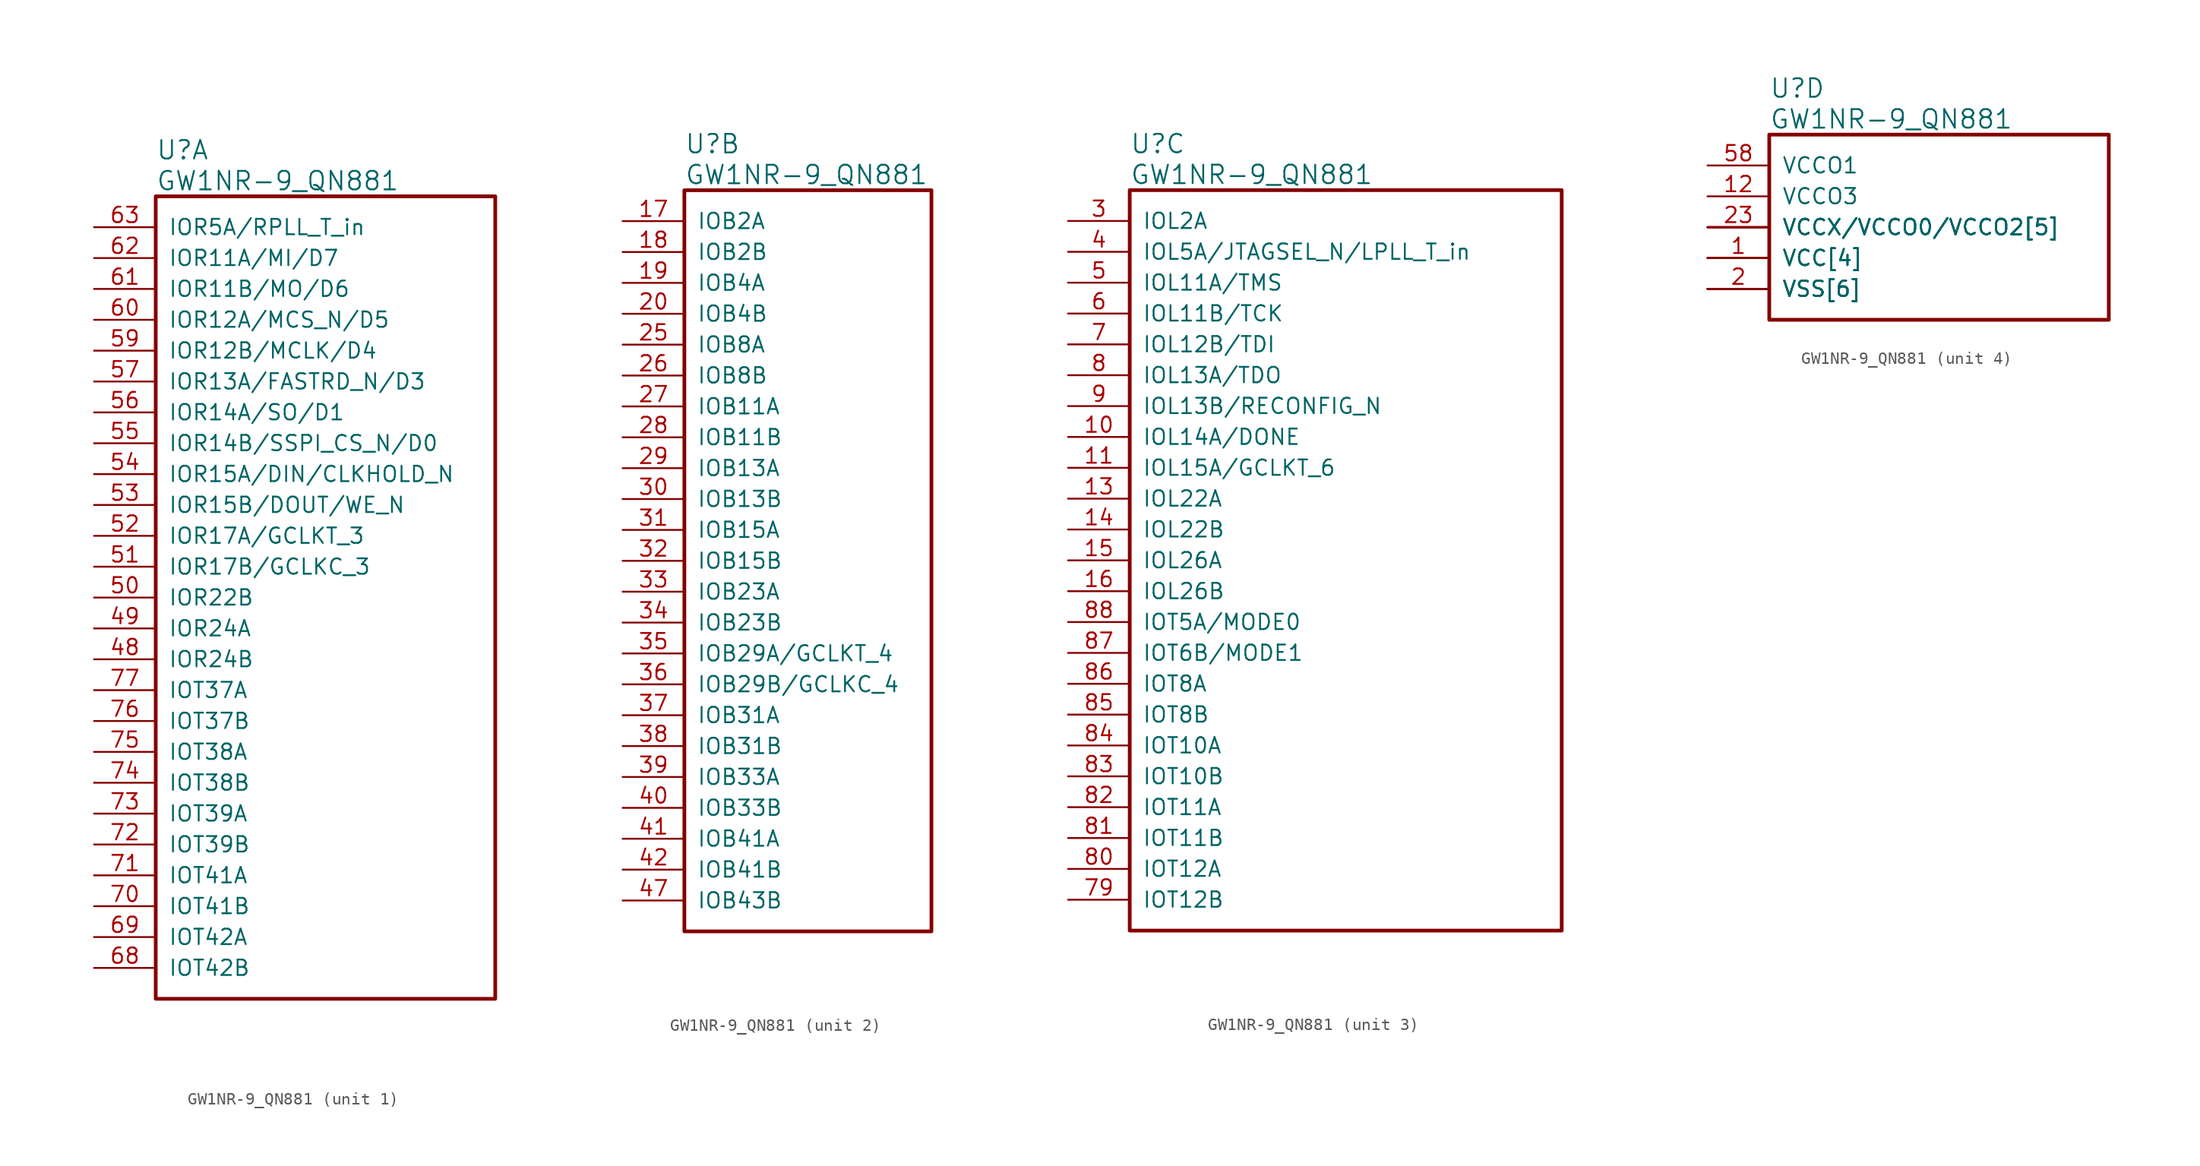
<source format=kicad_sym>
(kicad_symbol_lib
  (version 20211014)
  (generator kicad_symbol_editor)
  (symbol "GW1NR-9_QN881"
    (pin_names
      (offset 1.016))
    (property "Reference" "U"
      (at 5.08 6.35 0)
      (effects (font (size 1.524 1.524)) (justify left)))
    (property "Value" "GW1NR-9_QN881"
      (at 5.08 3.81 0)
      (effects (font (size 1.524 1.524)) (justify left)))
    (property "ki_locked" ""
      (at 0 0 0)
      (effects (font (size 1.27 1.27))))
    (symbol "GW1NR-9_QN881_1_1"
      (rectangle (start 5.08 2.54) (end 33.02 -63.5) (stroke (width 0.305) (type default) (color 0 0 0 0)) (fill (type none)))
      (pin bidirectional line (at 0 -35.56 0) (length 5.08) (name "IOR24B" (effects (font (size 1.27 1.27)))) (number "48" (effects (font (size 1.27 1.27)))))
      (pin bidirectional line (at 0 -33.02 0) (length 5.08) (name "IOR24A" (effects (font (size 1.27 1.27)))) (number "49" (effects (font (size 1.27 1.27)))))
      (pin bidirectional line (at 0 -30.48 0) (length 5.08) (name "IOR22B" (effects (font (size 1.27 1.27)))) (number "50" (effects (font (size 1.27 1.27)))))
      (pin bidirectional line (at 0 -27.94 0) (length 5.08) (name "IOR17B/GCLKC_3" (effects (font (size 1.27 1.27)))) (number "51" (effects (font (size 1.27 1.27)))))
      (pin bidirectional line (at 0 -25.4 0) (length 5.08) (name "IOR17A/GCLKT_3" (effects (font (size 1.27 1.27)))) (number "52" (effects (font (size 1.27 1.27)))))
      (pin bidirectional line (at 0 -22.86 0) (length 5.08) (name "IOR15B/DOUT/WE_N" (effects (font (size 1.27 1.27)))) (number "53" (effects (font (size 1.27 1.27)))))
      (pin bidirectional line (at 0 -20.32 0) (length 5.08) (name "IOR15A/DIN/CLKHOLD_N" (effects (font (size 1.27 1.27)))) (number "54" (effects (font (size 1.27 1.27)))))
      (pin bidirectional line (at 0 -17.78 0) (length 5.08) (name "IOR14B/SSPI_CS_N/D0" (effects (font (size 1.27 1.27)))) (number "55" (effects (font (size 1.27 1.27)))))
      (pin bidirectional line (at 0 -15.24 0) (length 5.08) (name "IOR14A/SO/D1" (effects (font (size 1.27 1.27)))) (number "56" (effects (font (size 1.27 1.27)))))
      (pin bidirectional line (at 0 -12.7 0) (length 5.08) (name "IOR13A/FASTRD_N/D3" (effects (font (size 1.27 1.27)))) (number "57" (effects (font (size 1.27 1.27)))))
      (pin bidirectional line (at 0 -10.16 0) (length 5.08) (name "IOR12B/MCLK/D4" (effects (font (size 1.27 1.27)))) (number "59" (effects (font (size 1.27 1.27)))))
      (pin bidirectional line (at 0 -7.62 0) (length 5.08) (name "IOR12A/MCS_N/D5" (effects (font (size 1.27 1.27)))) (number "60" (effects (font (size 1.27 1.27)))))
      (pin bidirectional line (at 0 -5.08 0) (length 5.08) (name "IOR11B/MO/D6" (effects (font (size 1.27 1.27)))) (number "61" (effects (font (size 1.27 1.27)))))
      (pin bidirectional line (at 0 -2.54 0) (length 5.08) (name "IOR11A/MI/D7" (effects (font (size 1.27 1.27)))) (number "62" (effects (font (size 1.27 1.27)))))
      (pin bidirectional line (at 0 0 0) (length 5.08) (name "IOR5A/RPLL_T_in" (effects (font (size 1.27 1.27)))) (number "63" (effects (font (size 1.27 1.27)))))
      (pin bidirectional line (at 0 -60.96 0) (length 5.08) (name "IOT42B" (effects (font (size 1.27 1.27)))) (number "68" (effects (font (size 1.27 1.27)))))
      (pin bidirectional line (at 0 -58.42 0) (length 5.08) (name "IOT42A" (effects (font (size 1.27 1.27)))) (number "69" (effects (font (size 1.27 1.27)))))
      (pin bidirectional line (at 0 -55.88 0) (length 5.08) (name "IOT41B" (effects (font (size 1.27 1.27)))) (number "70" (effects (font (size 1.27 1.27)))))
      (pin bidirectional line (at 0 -53.34 0) (length 5.08) (name "IOT41A" (effects (font (size 1.27 1.27)))) (number "71" (effects (font (size 1.27 1.27)))))
      (pin bidirectional line (at 0 -50.8 0) (length 5.08) (name "IOT39B" (effects (font (size 1.27 1.27)))) (number "72" (effects (font (size 1.27 1.27)))))
      (pin bidirectional line (at 0 -48.26 0) (length 5.08) (name "IOT39A" (effects (font (size 1.27 1.27)))) (number "73" (effects (font (size 1.27 1.27)))))
      (pin bidirectional line (at 0 -45.72 0) (length 5.08) (name "IOT38B" (effects (font (size 1.27 1.27)))) (number "74" (effects (font (size 1.27 1.27)))))
      (pin bidirectional line (at 0 -43.18 0) (length 5.08) (name "IOT38A" (effects (font (size 1.27 1.27)))) (number "75" (effects (font (size 1.27 1.27)))))
      (pin bidirectional line (at 0 -40.64 0) (length 5.08) (name "IOT37B" (effects (font (size 1.27 1.27)))) (number "76" (effects (font (size 1.27 1.27)))))
      (pin bidirectional line (at 0 -38.1 0) (length 5.08) (name "IOT37A" (effects (font (size 1.27 1.27)))) (number "77" (effects (font (size 1.27 1.27))))))
    (symbol "GW1NR-9_QN881_2_1"
      (rectangle (start 5.08 2.54) (end 25.4 -58.42) (stroke (width 0.305) (type default) (color 0 0 0 0)) (fill (type none)))
      (pin bidirectional line (at 0 0 0) (length 5.08) (name "IOB2A" (effects (font (size 1.27 1.27)))) (number "17" (effects (font (size 1.27 1.27)))))
      (pin bidirectional line (at 0 -2.54 0) (length 5.08) (name "IOB2B" (effects (font (size 1.27 1.27)))) (number "18" (effects (font (size 1.27 1.27)))))
      (pin bidirectional line (at 0 -5.08 0) (length 5.08) (name "IOB4A" (effects (font (size 1.27 1.27)))) (number "19" (effects (font (size 1.27 1.27)))))
      (pin bidirectional line (at 0 -7.62 0) (length 5.08) (name "IOB4B" (effects (font (size 1.27 1.27)))) (number "20" (effects (font (size 1.27 1.27)))))
      (pin bidirectional line (at 0 -10.16 0) (length 5.08) (name "IOB8A" (effects (font (size 1.27 1.27)))) (number "25" (effects (font (size 1.27 1.27)))))
      (pin bidirectional line (at 0 -12.7 0) (length 5.08) (name "IOB8B" (effects (font (size 1.27 1.27)))) (number "26" (effects (font (size 1.27 1.27)))))
      (pin bidirectional line (at 0 -15.24 0) (length 5.08) (name "IOB11A" (effects (font (size 1.27 1.27)))) (number "27" (effects (font (size 1.27 1.27)))))
      (pin bidirectional line (at 0 -17.78 0) (length 5.08) (name "IOB11B" (effects (font (size 1.27 1.27)))) (number "28" (effects (font (size 1.27 1.27)))))
      (pin bidirectional line (at 0 -20.32 0) (length 5.08) (name "IOB13A" (effects (font (size 1.27 1.27)))) (number "29" (effects (font (size 1.27 1.27)))))
      (pin bidirectional line (at 0 -22.86 0) (length 5.08) (name "IOB13B" (effects (font (size 1.27 1.27)))) (number "30" (effects (font (size 1.27 1.27)))))
      (pin bidirectional line (at 0 -25.4 0) (length 5.08) (name "IOB15A" (effects (font (size 1.27 1.27)))) (number "31" (effects (font (size 1.27 1.27)))))
      (pin bidirectional line (at 0 -27.94 0) (length 5.08) (name "IOB15B" (effects (font (size 1.27 1.27)))) (number "32" (effects (font (size 1.27 1.27)))))
      (pin bidirectional line (at 0 -30.48 0) (length 5.08) (name "IOB23A" (effects (font (size 1.27 1.27)))) (number "33" (effects (font (size 1.27 1.27)))))
      (pin bidirectional line (at 0 -33.02 0) (length 5.08) (name "IOB23B" (effects (font (size 1.27 1.27)))) (number "34" (effects (font (size 1.27 1.27)))))
      (pin bidirectional line (at 0 -35.56 0) (length 5.08) (name "IOB29A/GCLKT_4" (effects (font (size 1.27 1.27)))) (number "35" (effects (font (size 1.27 1.27)))))
      (pin bidirectional line (at 0 -38.1 0) (length 5.08) (name "IOB29B/GCLKC_4" (effects (font (size 1.27 1.27)))) (number "36" (effects (font (size 1.27 1.27)))))
      (pin bidirectional line (at 0 -40.64 0) (length 5.08) (name "IOB31A" (effects (font (size 1.27 1.27)))) (number "37" (effects (font (size 1.27 1.27)))))
      (pin bidirectional line (at 0 -43.18 0) (length 5.08) (name "IOB31B" (effects (font (size 1.27 1.27)))) (number "38" (effects (font (size 1.27 1.27)))))
      (pin bidirectional line (at 0 -45.72 0) (length 5.08) (name "IOB33A" (effects (font (size 1.27 1.27)))) (number "39" (effects (font (size 1.27 1.27)))))
      (pin bidirectional line (at 0 -48.26 0) (length 5.08) (name "IOB33B" (effects (font (size 1.27 1.27)))) (number "40" (effects (font (size 1.27 1.27)))))
      (pin bidirectional line (at 0 -50.8 0) (length 5.08) (name "IOB41A" (effects (font (size 1.27 1.27)))) (number "41" (effects (font (size 1.27 1.27)))))
      (pin bidirectional line (at 0 -53.34 0) (length 5.08) (name "IOB41B" (effects (font (size 1.27 1.27)))) (number "42" (effects (font (size 1.27 1.27)))))
      (pin bidirectional line (at 0 -55.88 0) (length 5.08) (name "IOB43B" (effects (font (size 1.27 1.27)))) (number "47" (effects (font (size 1.27 1.27))))))
    (symbol "GW1NR-9_QN881_3_1"
      (rectangle (start 5.08 2.54) (end 40.64 -58.42) (stroke (width 0.305) (type default) (color 0 0 0 0)) (fill (type none)))
      (pin bidirectional line (at 0 -17.78 0) (length 5.08) (name "IOL14A/DONE" (effects (font (size 1.27 1.27)))) (number "10" (effects (font (size 1.27 1.27)))))
      (pin bidirectional line (at 0 -20.32 0) (length 5.08) (name "IOL15A/GCLKT_6" (effects (font (size 1.27 1.27)))) (number "11" (effects (font (size 1.27 1.27)))))
      (pin bidirectional line (at 0 -22.86 0) (length 5.08) (name "IOL22A" (effects (font (size 1.27 1.27)))) (number "13" (effects (font (size 1.27 1.27)))))
      (pin bidirectional line (at 0 -25.4 0) (length 5.08) (name "IOL22B" (effects (font (size 1.27 1.27)))) (number "14" (effects (font (size 1.27 1.27)))))
      (pin bidirectional line (at 0 -27.94 0) (length 5.08) (name "IOL26A" (effects (font (size 1.27 1.27)))) (number "15" (effects (font (size 1.27 1.27)))))
      (pin bidirectional line (at 0 -30.48 0) (length 5.08) (name "IOL26B" (effects (font (size 1.27 1.27)))) (number "16" (effects (font (size 1.27 1.27)))))
      (pin bidirectional line (at 0 0 0) (length 5.08) (name "IOL2A" (effects (font (size 1.27 1.27)))) (number "3" (effects (font (size 1.27 1.27)))))
      (pin bidirectional line (at 0 -2.54 0) (length 5.08) (name "IOL5A/JTAGSEL_N/LPLL_T_in" (effects (font (size 1.27 1.27)))) (number "4" (effects (font (size 1.27 1.27)))))
      (pin bidirectional line (at 0 -5.08 0) (length 5.08) (name "IOL11A/TMS" (effects (font (size 1.27 1.27)))) (number "5" (effects (font (size 1.27 1.27)))))
      (pin bidirectional line (at 0 -7.62 0) (length 5.08) (name "IOL11B/TCK" (effects (font (size 1.27 1.27)))) (number "6" (effects (font (size 1.27 1.27)))))
      (pin bidirectional line (at 0 -10.16 0) (length 5.08) (name "IOL12B/TDI" (effects (font (size 1.27 1.27)))) (number "7" (effects (font (size 1.27 1.27)))))
      (pin bidirectional line (at 0 -55.88 0) (length 5.08) (name "IOT12B" (effects (font (size 1.27 1.27)))) (number "79" (effects (font (size 1.27 1.27)))))
      (pin bidirectional line (at 0 -12.7 0) (length 5.08) (name "IOL13A/TDO" (effects (font (size 1.27 1.27)))) (number "8" (effects (font (size 1.27 1.27)))))
      (pin bidirectional line (at 0 -53.34 0) (length 5.08) (name "IOT12A" (effects (font (size 1.27 1.27)))) (number "80" (effects (font (size 1.27 1.27)))))
      (pin bidirectional line (at 0 -50.8 0) (length 5.08) (name "IOT11B" (effects (font (size 1.27 1.27)))) (number "81" (effects (font (size 1.27 1.27)))))
      (pin bidirectional line (at 0 -48.26 0) (length 5.08) (name "IOT11A" (effects (font (size 1.27 1.27)))) (number "82" (effects (font (size 1.27 1.27)))))
      (pin bidirectional line (at 0 -45.72 0) (length 5.08) (name "IOT10B" (effects (font (size 1.27 1.27)))) (number "83" (effects (font (size 1.27 1.27)))))
      (pin bidirectional line (at 0 -43.18 0) (length 5.08) (name "IOT10A" (effects (font (size 1.27 1.27)))) (number "84" (effects (font (size 1.27 1.27)))))
      (pin bidirectional line (at 0 -40.64 0) (length 5.08) (name "IOT8B" (effects (font (size 1.27 1.27)))) (number "85" (effects (font (size 1.27 1.27)))))
      (pin bidirectional line (at 0 -38.1 0) (length 5.08) (name "IOT8A" (effects (font (size 1.27 1.27)))) (number "86" (effects (font (size 1.27 1.27)))))
      (pin bidirectional line (at 0 -35.56 0) (length 5.08) (name "IOT6B/MODE1" (effects (font (size 1.27 1.27)))) (number "87" (effects (font (size 1.27 1.27)))))
      (pin bidirectional line (at 0 -33.02 0) (length 5.08) (name "IOT5A/MODE0" (effects (font (size 1.27 1.27)))) (number "88" (effects (font (size 1.27 1.27)))))
      (pin bidirectional line (at 0 -15.24 0) (length 5.08) (name "IOL13B/RECONFIG_N" (effects (font (size 1.27 1.27)))) (number "9" (effects (font (size 1.27 1.27))))))
    (symbol "GW1NR-9_QN881_4_1"
      (rectangle (start 5.08 2.54) (end 33.02 -12.7) (stroke (width 0.305) (type default) (color 0 0 0 0)) (fill (type none)))
      (pin power_in line (at 0 -7.62 0) (length 5.08) (name "VCC[4]" (effects (font (size 1.27 1.27)))) (number "1" (effects (font (size 1.27 1.27)))))
      (pin power_in line (at 0 -2.54 0) (length 5.08) (name "VCCO3" (effects (font (size 1.27 1.27)))) (number "12" (effects (font (size 1.27 1.27)))))
      (pin power_in line (at 0 -10.16 0) (length 5.08) (name "VSS[6]" (effects (font (size 1.27 1.27)))) (number "2" (effects (font (size 1.27 1.27)))))
      (pin power_in line (at 0 -10.16 0) (length 5.08) (name "VSS[6]" (effects (font (size 1.27 1.27)))) (number "21" (effects (font (size 0 0)))))
      (pin power_in line (at 0 -7.62 0) (length 5.08) (name "VCC[4]" (effects (font (size 1.27 1.27)))) (number "22" (effects (font (size 0 0)))))
      (pin power_in line (at 0 -5.08 0) (length 5.08) (name "VCCX/VCCO0/VCCO2[5]" (effects (font (size 1.27 1.27)))) (number "23" (effects (font (size 1.27 1.27)))))
      (pin power_in line (at 0 -10.16 0) (length 5.08) (name "VSS[6]" (effects (font (size 1.27 1.27)))) (number "24" (effects (font (size 0 0)))))
      (pin power_in line (at 0 -10.16 0) (length 5.08) (name "VSS[6]" (effects (font (size 1.27 1.27)))) (number "43" (effects (font (size 0 0)))))
      (pin power_in line (at 0 -5.08 0) (length 5.08) (name "VCCX/VCCO0/VCCO2[5]" (effects (font (size 1.27 1.27)))) (number "44" (effects (font (size 0 0)))))
      (pin power_in line (at 0 -7.62 0) (length 5.08) (name "VCC[4]" (effects (font (size 1.27 1.27)))) (number "45" (effects (font (size 0 0)))))
      (pin power_in line (at 0 -10.16 0) (length 5.08) (name "VSS[6]" (effects (font (size 1.27 1.27)))) (number "46" (effects (font (size 0 0)))))
      (pin power_in line (at 0 0 0) (length 5.08) (name "VCCO1" (effects (font (size 1.27 1.27)))) (number "58" (effects (font (size 1.27 1.27)))))
      (pin power_in line (at 0 -5.08 0) (length 5.08) (name "VCCX/VCCO0/VCCO2[5]" (effects (font (size 1.27 1.27)))) (number "64" (effects (font (size 0 0)))))
      (pin power_in line (at 0 -10.16 0) (length 5.08) (name "VSS[6]" (effects (font (size 1.27 1.27)))) (number "65" (effects (font (size 0 0)))))
      (pin power_in line (at 0 -7.62 0) (length 5.08) (name "VCC[4]" (effects (font (size 1.27 1.27)))) (number "66" (effects (font (size 0 0)))))
      (pin power_in line (at 0 -5.08 0) (length 5.08) (name "VCCX/VCCO0/VCCO2[5]" (effects (font (size 1.27 1.27)))) (number "67" (effects (font (size 0 0)))))
      (pin power_in line (at 0 -5.08 0) (length 5.08) (name "VCCX/VCCO0/VCCO2[5]" (effects (font (size 1.27 1.27)))) (number "78" (effects (font (size 0 0))))))))
</source>
